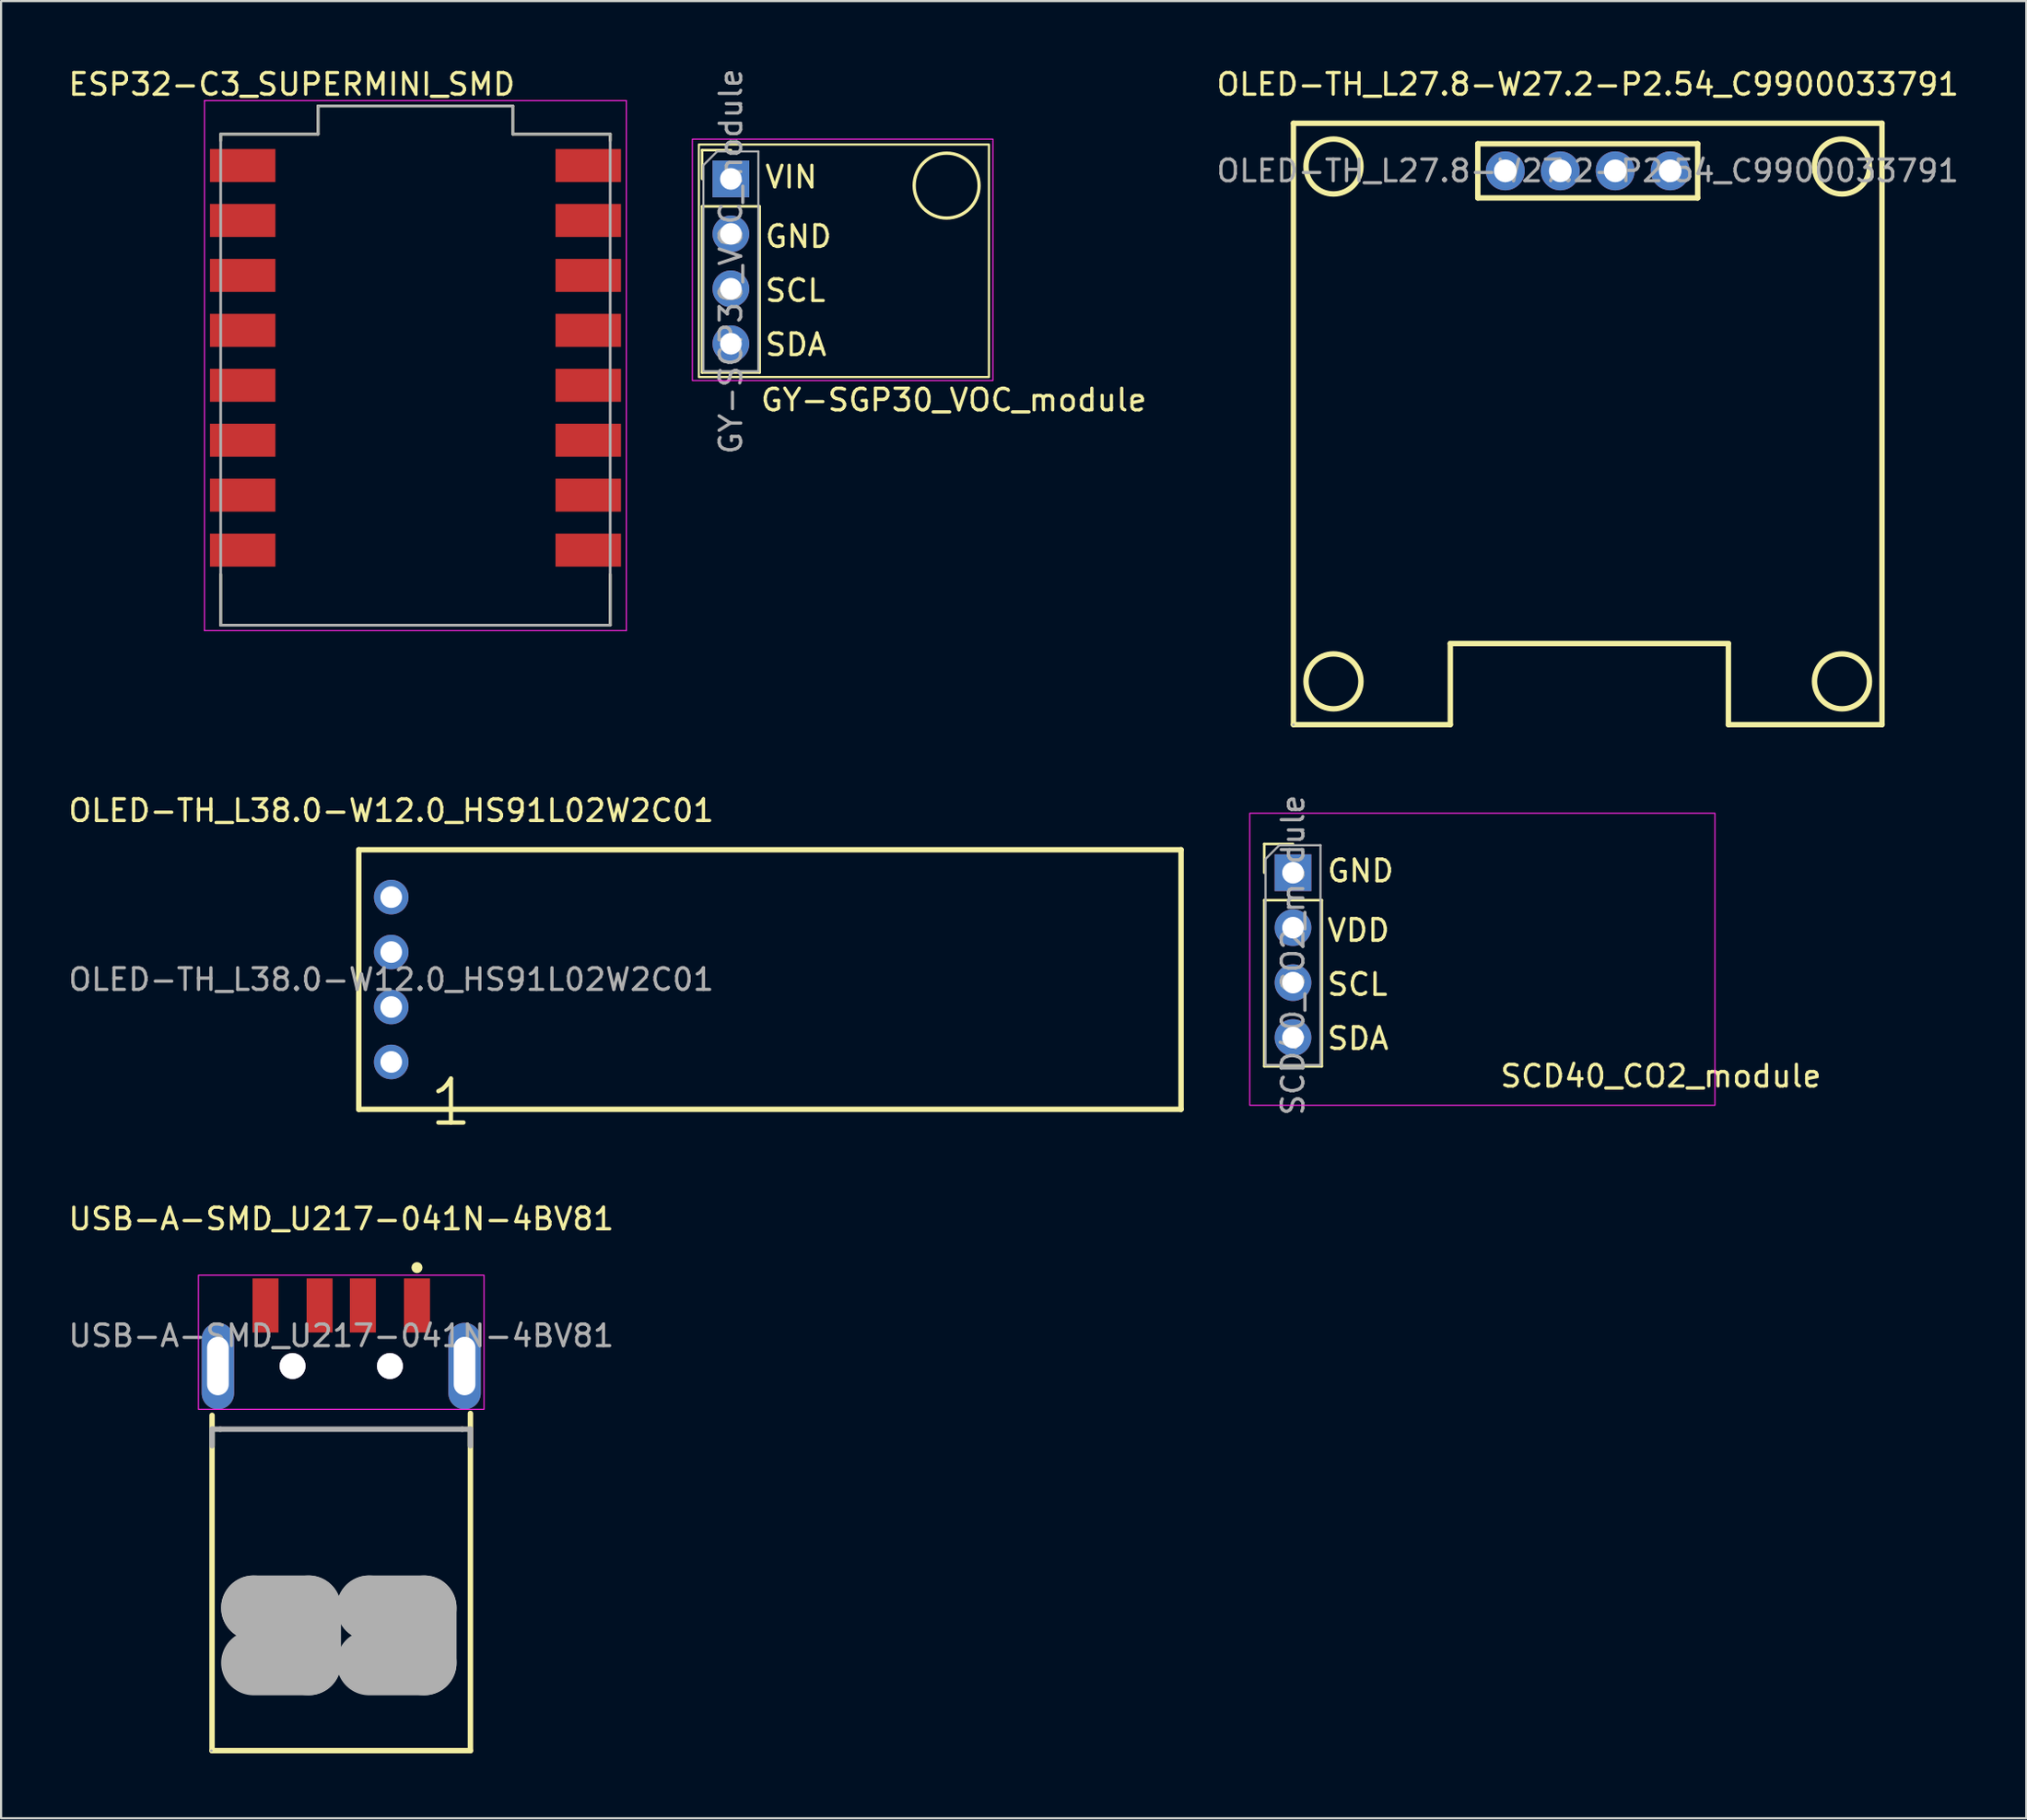
<source format=kicad_pcb>
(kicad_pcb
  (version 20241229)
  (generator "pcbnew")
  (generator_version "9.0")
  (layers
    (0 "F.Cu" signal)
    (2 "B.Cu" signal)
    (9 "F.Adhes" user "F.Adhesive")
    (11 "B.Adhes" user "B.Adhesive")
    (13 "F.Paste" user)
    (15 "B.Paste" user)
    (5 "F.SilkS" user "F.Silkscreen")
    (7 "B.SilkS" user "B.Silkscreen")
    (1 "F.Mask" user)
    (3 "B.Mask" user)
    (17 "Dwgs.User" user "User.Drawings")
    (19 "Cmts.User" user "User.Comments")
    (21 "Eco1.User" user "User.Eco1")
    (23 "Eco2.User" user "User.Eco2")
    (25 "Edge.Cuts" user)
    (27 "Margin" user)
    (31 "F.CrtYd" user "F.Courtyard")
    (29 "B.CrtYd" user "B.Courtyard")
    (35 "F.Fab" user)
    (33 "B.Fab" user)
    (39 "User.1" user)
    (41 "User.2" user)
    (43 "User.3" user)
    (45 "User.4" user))
  (footprint "OLED-TH_L38.0-W12.0_HS91L02W2C01"
    (layer "F.Cu")
    (at 15.03 42.231)
    (property "Reference" "OLED-TH_L38.0-W12.0_HS91L02W2C01" (at 0 -7.81 0) (layer "F.SilkS") (effects (font (size 1 1) (thickness 0.15))))
    (attr through_hole)
    (fp_line (start -1.5 -6) (end 36.5 -6) (stroke (width 0.25) (type solid)) (layer "F.SilkS"))
    (fp_line (start -1.5 6) (end -1.5 -6) (stroke (width 0.25) (type solid)) (layer "F.SilkS"))
    (fp_line (start 36.5 -6) (end 36.5 6) (stroke (width 0.25) (type solid)) (layer "F.SilkS"))
    (fp_line (start 36.5 6) (end -1.5 6) (stroke (width 0.25) (type solid)) (layer "F.SilkS"))
    (fp_text user "1" (at 1.66 5.68 0) (layer "F.SilkS") (effects (font (size 2.03 2.03) (thickness 0.2)) (justify left)))
    (fp_text user "${REFERENCE}" (at 0 0 0) (layer "F.Fab") (effects (font (size 1 1) (thickness 0.15))))
    (pad "1" thru_hole circle (at 0 3.81) (size 1.6 1.6) (drill 1) (layers "*.Cu" "*.Mask"))
    (pad "2" thru_hole circle (at 0 1.27) (size 1.6 1.6) (drill 1) (layers "*.Cu" "*.Mask"))
    (pad "3" thru_hole circle (at 0 -1.27) (size 1.6 1.6) (drill 1) (layers "*.Cu" "*.Mask"))
    (pad "4" thru_hole circle (at 0 -3.81) (size 1.6 1.6) (drill 1) (layers "*.Cu" "*.Mask")))
  (footprint "USB-A-SMD_U217-041N-4BV81"
    (layer "F.Cu")
    (at 12.72 58.698)
    (property "Reference" "USB-A-SMD_U217-041N-4BV81" (at 0 -5.4 0) (layer "F.SilkS") (effects (font (size 1 1) (thickness 0.15))))
    (attr smd)
    (fp_line (start -5.97 3.68) (end -5.97 19.18) (stroke (width 0.25) (type solid)) (layer "F.SilkS"))
    (fp_line (start -5.97 19.18) (end 5.97 19.18) (stroke (width 0.25) (type solid)) (layer "F.SilkS"))
    (fp_line (start 5.97 19.18) (end 5.97 3.59) (stroke (width 0.25) (type solid)) (layer "F.SilkS"))
    (fp_circle (center 3.5 -3.15) (end 3.63 -3.15) (stroke (width 0.25) (type solid)) (fill no) (layer "F.SilkS"))
    (fp_circle (center -2.25 1.4) (end -1.97 1.4) (stroke (width 0.55) (type solid)) (fill no) (layer "Cmts.User"))
    (fp_circle (center 2.25 1.4) (end 2.53 1.4) (stroke (width 0.55) (type solid)) (fill no) (layer "Cmts.User"))
    (fp_rect (start -6.6 -2.8) (end 6.6 3.4) (stroke (width 0.05) (type default)) (fill no) (layer "F.CrtYd"))
    (fp_line (start -5.97 4.32) (end -5.97 5.08) (stroke (width 0.25) (type solid)) (layer "F.Fab"))
    (fp_line (start -5.59 4.32) (end -5.97 4.32) (stroke (width 0.25) (type solid)) (layer "F.Fab"))
    (fp_line (start -5.59 4.32) (end 5.59 4.32) (stroke (width 0.25) (type solid)) (layer "F.Fab"))
    (fp_line (start -4.05 12.58) (end -4.05 12.58) (stroke (width 3) (type solid)) (layer "F.Fab"))
    (fp_line (start -4.05 12.58) (end -1.51 12.58) (stroke (width 3) (type solid)) (layer "F.Fab"))
    (fp_line (start -1.51 12.58) (end -1.51 15.12) (stroke (width 3) (type solid)) (layer "F.Fab"))
    (fp_line (start -1.51 15.12) (end -4.05 15.12) (stroke (width 3) (type solid)) (layer "F.Fab"))
    (fp_line (start 1.29 12.58) (end 1.29 12.58) (stroke (width 3) (type solid)) (layer "F.Fab"))
    (fp_line (start 1.29 12.58) (end 3.83 12.58) (stroke (width 3) (type solid)) (layer "F.Fab"))
    (fp_line (start 3.83 12.58) (end 3.83 15.12) (stroke (width 3) (type solid)) (layer "F.Fab"))
    (fp_line (start 3.83 15.12) (end 1.29 15.12) (stroke (width 3) (type solid)) (layer "F.Fab"))
    (fp_line (start 5.59 4.32) (end 5.97 4.32) (stroke (width 0.25) (type solid)) (layer "F.Fab"))
    (fp_line (start 5.97 4.32) (end 5.97 5.08) (stroke (width 0.25) (type solid)) (layer "F.Fab"))
    (fp_circle (center -6 19.18) (end -5.97 19.18) (stroke (width 0.06) (type solid)) (fill no) (layer "F.Fab"))
    (fp_text user "${REFERENCE}" (at 0 0 0) (layer "F.Fab") (effects (font (size 1 1) (thickness 0.15))))
    (pad "" thru_hole circle (at -2.25 1.4) (size 1.2 1.2) (drill 1.2) (layers "*.Cu" "*.Mask"))
    (pad "" thru_hole circle (at 2.25 1.4) (size 1.2 1.2) (drill 1.2) (layers "*.Cu" "*.Mask"))
    (pad "1" smd rect (at 3.5 -1.4) (size 1.2 2.5) (layers "F.Cu" "F.Mask" "F.Paste"))
    (pad "2" smd rect (at 1 -1.4) (size 1.2 2.5) (layers "F.Cu" "F.Mask" "F.Paste"))
    (pad "3" smd rect (at -1 -1.4) (size 1.2 2.5) (layers "F.Cu" "F.Mask" "F.Paste"))
    (pad "4" smd rect (at -3.5 -1.4) (size 1.2 2.5) (layers "F.Cu" "F.Mask" "F.Paste"))
    (pad "5" thru_hole oval (at -5.7 1.4) (size 1.5 4) (drill oval 1 2.7) (layers "*.Cu" "*.Mask"))
    (pad "6" thru_hole oval (at 5.7 1.4) (size 1.5 4) (drill oval 1 2.7) (layers "*.Cu" "*.Mask")))
  (footprint "SCD40_CO2_module"
    (layer "F.Cu")
    (at 56.705 37.293)
    (property "Reference" "SCD40_CO2_module" (at 17 9.4 0) (layer "F.SilkS") (effects (font (size 1 1) (thickness 0.15))))
    (attr through_hole)
    (fp_rect (start -2 -3) (end 19.5 10.75) (stroke (width 0.1) (type default)) (fill no) (layer "F.Mask"))
    (fp_line (start -1.33 -1.33) (end 0 -1.33) (stroke (width 0.12) (type solid)) (layer "F.SilkS"))
    (fp_line (start -1.33 0) (end -1.33 -1.33) (stroke (width 0.12) (type solid)) (layer "F.SilkS"))
    (fp_line (start -1.33 1.27) (end -1.33 8.95) (stroke (width 0.12) (type solid)) (layer "F.SilkS"))
    (fp_line (start -1.33 1.27) (end 1.33 1.27) (stroke (width 0.12) (type solid)) (layer "F.SilkS"))
    (fp_line (start -1.33 8.95) (end 1.33 8.95) (stroke (width 0.12) (type solid)) (layer "F.SilkS"))
    (fp_line (start 1.33 1.27) (end 1.33 8.95) (stroke (width 0.12) (type solid)) (layer "F.SilkS"))
    (fp_rect (start -2 -2.75) (end 19.5 10.75) (stroke (width 0.05) (type default)) (fill no) (layer "F.CrtYd"))
    (fp_line (start -1.27 -0.635) (end -0.635 -1.27) (stroke (width 0.1) (type solid)) (layer "F.Fab"))
    (fp_line (start -1.27 8.89) (end -1.27 -0.635) (stroke (width 0.1) (type solid)) (layer "F.Fab"))
    (fp_line (start -0.635 -1.27) (end 1.27 -1.27) (stroke (width 0.1) (type solid)) (layer "F.Fab"))
    (fp_line (start 1.27 -1.27) (end 1.27 8.89) (stroke (width 0.1) (type solid)) (layer "F.Fab"))
    (fp_line (start 1.27 8.89) (end -1.27 8.89) (stroke (width 0.1) (type solid)) (layer "F.Fab"))
    (fp_text user "VDD" (at 1.5 3.25 0) (unlocked yes) (layer "F.SilkS") (effects (font (size 1 1) (thickness 0.15)) (justify left bottom)))
    (fp_text user "SCL" (at 1.5 5.75 0) (unlocked yes) (layer "F.SilkS") (effects (font (size 1 1) (thickness 0.15)) (justify left bottom)))
    (fp_text user "GND" (at 1.5 0.5 0) (unlocked yes) (layer "F.SilkS") (effects (font (size 1 1) (thickness 0.15)) (justify left bottom)))
    (fp_text user "SDA" (at 1.5 8.25 0) (unlocked yes) (layer "F.SilkS") (effects (font (size 1 1) (thickness 0.15)) (justify left bottom)))
    (fp_text user "${REFERENCE}" (at 0 3.81 90) (layer "F.Fab") (effects (font (size 1 1) (thickness 0.15))))
    (pad "1" thru_hole rect (at 0 0) (size 1.7 1.7) (drill 1) (layers "*.Cu" "*.Mask"))
    (pad "2" thru_hole oval (at 0 2.54) (size 1.7 1.7) (drill 1) (layers "*.Cu" "*.Mask"))
    (pad "3" thru_hole oval (at 0 5.08) (size 1.7 1.7) (drill 1) (layers "*.Cu" "*.Mask"))
    (pad "4" thru_hole oval (at 0 7.62) (size 1.7 1.7) (drill 1) (layers "*.Cu" "*.Mask")))
  (footprint "ESP32-C3_SUPERMINI_SMD"
    (layer "F.Cu")
    (at 16.15 14.501)
    (property "Reference" "ESP32-C3_SUPERMINI_SMD" (at -5.715 -13.652 0) (layer "F.SilkS") (effects (font (size 1 1) (thickness 0.15))))
    (attr smd)
    (fp_line (start -9 -11.05) (end -9 -11.35) (stroke (width 0.127) (type solid)) (layer "F.SilkS"))
    (fp_line (start -9 11.35) (end -9 9) (stroke (width 0.127) (type solid)) (layer "F.SilkS"))
    (fp_line (start -4.5 -12.65) (end -4.5 -11.35) (stroke (width 0.127) (type solid)) (layer "F.SilkS"))
    (fp_line (start -4.5 -11.35) (end -9 -11.35) (stroke (width 0.127) (type solid)) (layer "F.SilkS"))
    (fp_line (start 4.5 -12.65) (end -4.5 -12.65) (stroke (width 0.127) (type solid)) (layer "F.SilkS"))
    (fp_line (start 4.5 -12.65) (end 4.5 -11.35) (stroke (width 0.127) (type solid)) (layer "F.SilkS"))
    (fp_line (start 9 -11.35) (end 4.5 -11.35) (stroke (width 0.127) (type solid)) (layer "F.SilkS"))
    (fp_line (start 9 -11.05) (end 9 -11.35) (stroke (width 0.127) (type solid)) (layer "F.SilkS"))
    (fp_line (start 9 11.35) (end -9 11.35) (stroke (width 0.127) (type solid)) (layer "F.SilkS"))
    (fp_line (start 9 11.35) (end 9 9) (stroke (width 0.127) (type solid)) (layer "F.SilkS"))
    (fp_line (start -9.748 -12.9) (end 9.748 -12.9) (stroke (width 0.05) (type solid)) (layer "F.CrtYd"))
    (fp_line (start -9.748 11.6) (end -9.748 -12.9) (stroke (width 0.05) (type solid)) (layer "F.CrtYd"))
    (fp_line (start 9.748 -12.9) (end 9.748 11.6) (stroke (width 0.05) (type solid)) (layer "F.CrtYd"))
    (fp_line (start 9.748 11.6) (end -9.748 11.6) (stroke (width 0.05) (type solid)) (layer "F.CrtYd"))
    (fp_line (start -9 11.35) (end -9 -11.35) (stroke (width 0.127) (type solid)) (layer "F.Fab"))
    (fp_line (start -4.5 -12.65) (end -4.5 -11.35) (stroke (width 0.127) (type solid)) (layer "F.Fab"))
    (fp_line (start -4.5 -11.35) (end -9 -11.35) (stroke (width 0.127) (type solid)) (layer "F.Fab"))
    (fp_line (start 4.5 -12.65) (end -4.5 -12.65) (stroke (width 0.127) (type solid)) (layer "F.Fab"))
    (fp_line (start 4.5 -12.65) (end 4.5 -11.35) (stroke (width 0.127) (type solid)) (layer "F.Fab"))
    (fp_line (start 9 -11.35) (end 4.5 -11.35) (stroke (width 0.127) (type solid)) (layer "F.Fab"))
    (fp_line (start 9 11.35) (end -9 11.35) (stroke (width 0.127) (type solid)) (layer "F.Fab"))
    (fp_line (start 9 11.35) (end 9 -11.35) (stroke (width 0.127) (type solid)) (layer "F.Fab"))
    (pad "0" smd rect (at 7.985 7.88) (size 3.025 1.524) (layers "F.Cu" "F.Mask" "F.Paste"))
    (pad "1" smd rect (at 7.985 5.34) (size 3.025 1.524) (layers "F.Cu" "F.Mask" "F.Paste"))
    (pad "2" smd rect (at 7.985 2.8) (size 3.025 1.524) (layers "F.Cu" "F.Mask" "F.Paste"))
    (pad "3" smd rect (at 7.985 0.26) (size 3.025 1.524) (layers "F.Cu" "F.Mask" "F.Paste"))
    (pad "3.3" smd rect (at 7.985 -4.82) (size 3.025 1.524) (layers "F.Cu" "F.Mask" "F.Paste"))
    (pad "4" smd rect (at 7.985 -2.28) (size 3.025 1.524) (layers "F.Cu" "F.Mask" "F.Paste"))
    (pad "5" smd rect (at -7.985 -9.9) (size 3.025 1.524) (layers "F.Cu" "F.Mask" "F.Paste"))
    (pad "5V" smd rect (at 7.985 -9.9) (size 3.025 1.524) (layers "F.Cu" "F.Mask" "F.Paste"))
    (pad "6" smd rect (at -7.985 -7.36) (size 3.025 1.524) (layers "F.Cu" "F.Mask" "F.Paste"))
    (pad "7" smd rect (at -7.985 -4.82) (size 3.025 1.524) (layers "F.Cu" "F.Mask" "F.Paste"))
    (pad "8" smd rect (at -7.985 -2.28) (size 3.025 1.524) (layers "F.Cu" "F.Mask" "F.Paste"))
    (pad "9" smd rect (at -7.985 0.26) (size 3.025 1.524) (layers "F.Cu" "F.Mask" "F.Paste"))
    (pad "10" smd rect (at -7.985 2.8) (size 3.025 1.524) (layers "F.Cu" "F.Mask" "F.Paste"))
    (pad "20" smd rect (at -7.985 5.34) (size 3.025 1.524) (layers "F.Cu" "F.Mask" "F.Paste"))
    (pad "21" smd rect (at -7.985 7.88) (size 3.025 1.524) (layers "F.Cu" "F.Mask" "F.Paste"))
    (pad "G" smd rect (at 7.985 -7.36) (size 3.025 1.524) (layers "F.Cu" "F.Mask" "F.Paste"))
    (zone (net_name "") (layers "F.Cu" "B.Cu") (hatch edge 0.5) (connect_pads) (min_thickness 0.25) (filled_areas_thickness no) (keepout (tracks not_allowed) (vias not_allowed) (pads allowed) (copperpour not_allowed) (footprints allowed)) (placement (enabled no)) (fill) (polygon (pts (xy 7.15 25.851) (xy 25.15 25.851) (xy 25.15 23.501) (xy 7.15 23.501)))))
  (footprint "GY-SGP30_VOC_module"
    (layer "F.Cu")
    (at 29.197 3.58)
    (property "Reference" "GY-SGP30_VOC_module" (at 11.83 11.86 0) (layer "F.SilkS") (effects (font (size 1 1) (thickness 0.15))))
    (attr through_hole)
    (fp_line (start 0.2 0.31) (end 1.53 0.31) (stroke (width 0.12) (type solid)) (layer "F.SilkS"))
    (fp_line (start 0.2 1.64) (end 0.2 0.31) (stroke (width 0.12) (type solid)) (layer "F.SilkS"))
    (fp_line (start 0.2 2.91) (end 0.2 10.59) (stroke (width 0.12) (type solid)) (layer "F.SilkS"))
    (fp_line (start 0.2 2.91) (end 2.86 2.91) (stroke (width 0.12) (type solid)) (layer "F.SilkS"))
    (fp_line (start 0.2 10.59) (end 2.86 10.59) (stroke (width 0.12) (type solid)) (layer "F.SilkS"))
    (fp_line (start 2.86 2.91) (end 2.86 10.59) (stroke (width 0.12) (type solid)) (layer "F.SilkS"))
    (fp_rect (start 0.05 0.05) (end 13.455 10.8) (stroke (width 0.1) (type default)) (fill no) (layer "F.SilkS"))
    (fp_circle (center 11.5 1.95) (end 13 1.95) (stroke (width 0.15) (type solid)) (fill no) (layer "F.SilkS"))
    (fp_rect (start -0.25 -0.2) (end 13.64 10.96) (stroke (width 0.05) (type default)) (fill no) (layer "F.CrtYd"))
    (fp_line (start 0.26 1.005) (end 0.895 0.37) (stroke (width 0.1) (type solid)) (layer "F.Fab"))
    (fp_line (start 0.26 10.53) (end 0.26 1.005) (stroke (width 0.1) (type solid)) (layer "F.Fab"))
    (fp_line (start 0.895 0.37) (end 2.8 0.37) (stroke (width 0.1) (type solid)) (layer "F.Fab"))
    (fp_line (start 2.8 0.37) (end 2.8 10.53) (stroke (width 0.1) (type solid)) (layer "F.Fab"))
    (fp_line (start 2.8 10.53) (end 0.26 10.53) (stroke (width 0.1) (type solid)) (layer "F.Fab"))
    (fp_text user "SDA" (at 3.03 9.89 0) (unlocked yes) (layer "F.SilkS") (effects (font (size 1 1) (thickness 0.15)) (justify left bottom)))
    (fp_text user "GND" (at 3.03 4.89 0) (unlocked yes) (layer "F.SilkS") (effects (font (size 1 1) (thickness 0.15)) (justify left bottom)))
    (fp_text user "VIN" (at 3.03 2.14 0) (unlocked yes) (layer "F.SilkS") (effects (font (size 1 1) (thickness 0.15)) (justify left bottom)))
    (fp_text user "SCL" (at 3.03 7.39 0) (unlocked yes) (layer "F.SilkS") (effects (font (size 1 1) (thickness 0.15)) (justify left bottom)))
    (fp_text user "${REFERENCE}" (at 1.53 5.45 90) (layer "F.Fab") (effects (font (size 1 1) (thickness 0.15))))
    (pad "1" thru_hole rect (at 1.53 1.64) (size 1.7 1.7) (drill 1) (layers "*.Cu" "*.Mask"))
    (pad "2" thru_hole oval (at 1.53 4.18) (size 1.7 1.7) (drill 1) (layers "*.Cu" "*.Mask"))
    (pad "3" thru_hole oval (at 1.53 6.72) (size 1.7 1.7) (drill 1) (layers "*.Cu" "*.Mask"))
    (pad "4" thru_hole oval (at 1.53 9.26) (size 1.7 1.7) (drill 1) (layers "*.Cu" "*.Mask")))
  (footprint "OLED-TH_L27.8-W27.2-P2.54_C9900033791"
    (layer "F.Cu")
    (at 70.325 4.848)
    (property "Reference" "OLED-TH_L27.8-W27.2-P2.54_C9900033791" (at 0 -4 0) (layer "F.SilkS") (effects (font (size 1 1) (thickness 0.15))))
    (attr through_hole)
    (fp_line (start -13.6 -2.2) (end 13.6 -2.2) (stroke (width 0.25) (type solid)) (layer "F.SilkS"))
    (fp_line (start -13.6 25.6) (end -13.6 -2.2) (stroke (width 0.25) (type solid)) (layer "F.SilkS"))
    (fp_line (start -6.35 21.85) (end -6.35 25.6) (stroke (width 0.25) (type solid)) (layer "F.SilkS"))
    (fp_line (start -6.35 25.6) (end -13.6 25.6) (stroke (width 0.25) (type solid)) (layer "F.SilkS"))
    (fp_line (start -5.08 -1.25) (end -5.08 1.25) (stroke (width 0.25) (type solid)) (layer "F.SilkS"))
    (fp_line (start -5.08 -1.25) (end 5.08 -1.25) (stroke (width 0.25) (type solid)) (layer "F.SilkS"))
    (fp_line (start -5.08 1.25) (end 5.08 1.25) (stroke (width 0.25) (type solid)) (layer "F.SilkS"))
    (fp_line (start 5.08 1.25) (end 5.08 -1.25) (stroke (width 0.25) (type solid)) (layer "F.SilkS"))
    (fp_line (start 6.5 21.85) (end -6.35 21.85) (stroke (width 0.25) (type solid)) (layer "F.SilkS"))
    (fp_line (start 6.5 25.6) (end 6.5 21.85) (stroke (width 0.25) (type solid)) (layer "F.SilkS"))
    (fp_line (start 13.6 -2.2) (end 13.6 25.6) (stroke (width 0.25) (type solid)) (layer "F.SilkS"))
    (fp_line (start 13.6 25.6) (end 6.5 25.6) (stroke (width 0.25) (type solid)) (layer "F.SilkS"))
    (fp_circle (center -11.75 -0.2) (end -10.48 -0.2) (stroke (width 0.25) (type solid)) (fill no) (layer "F.SilkS"))
    (fp_circle (center -11.75 23.6) (end -10.48 23.6) (stroke (width 0.25) (type solid)) (fill no) (layer "F.SilkS"))
    (fp_circle (center 11.75 -0.2) (end 13.02 -0.2) (stroke (width 0.25) (type solid)) (fill no) (layer "F.SilkS"))
    (fp_circle (center 11.75 23.6) (end 13.02 23.6) (stroke (width 0.25) (type solid)) (fill no) (layer "F.SilkS"))
    (fp_circle (center -13.6 25.6) (end -13.57 25.6) (stroke (width 0.06) (type solid)) (fill no) (layer "F.Fab"))
    (fp_text user "${REFERENCE}" (at 0 0 0) (layer "F.Fab") (effects (font (size 1 1) (thickness 0.15))))
    (pad "1" thru_hole circle (at -3.81 0) (size 1.8 1.8) (drill 1.05) (layers "*.Cu" "*.Mask"))
    (pad "2" thru_hole circle (at -1.27 0) (size 1.8 1.8) (drill 1.05) (layers "*.Cu" "*.Mask"))
    (pad "3" thru_hole circle (at 1.27 0) (size 1.8 1.8) (drill 1.05) (layers "*.Cu" "*.Mask"))
    (pad "4" thru_hole circle (at 3.81 0) (size 1.8 1.8) (drill 1.05) (layers "*.Cu" "*.Mask")))
  (gr_rect
    (start -3 -3)
    (end 90.593 81.003)
    (stroke (width 0.1) (type default))
    (fill no)
    (layer "Edge.Cuts")))
</source>
